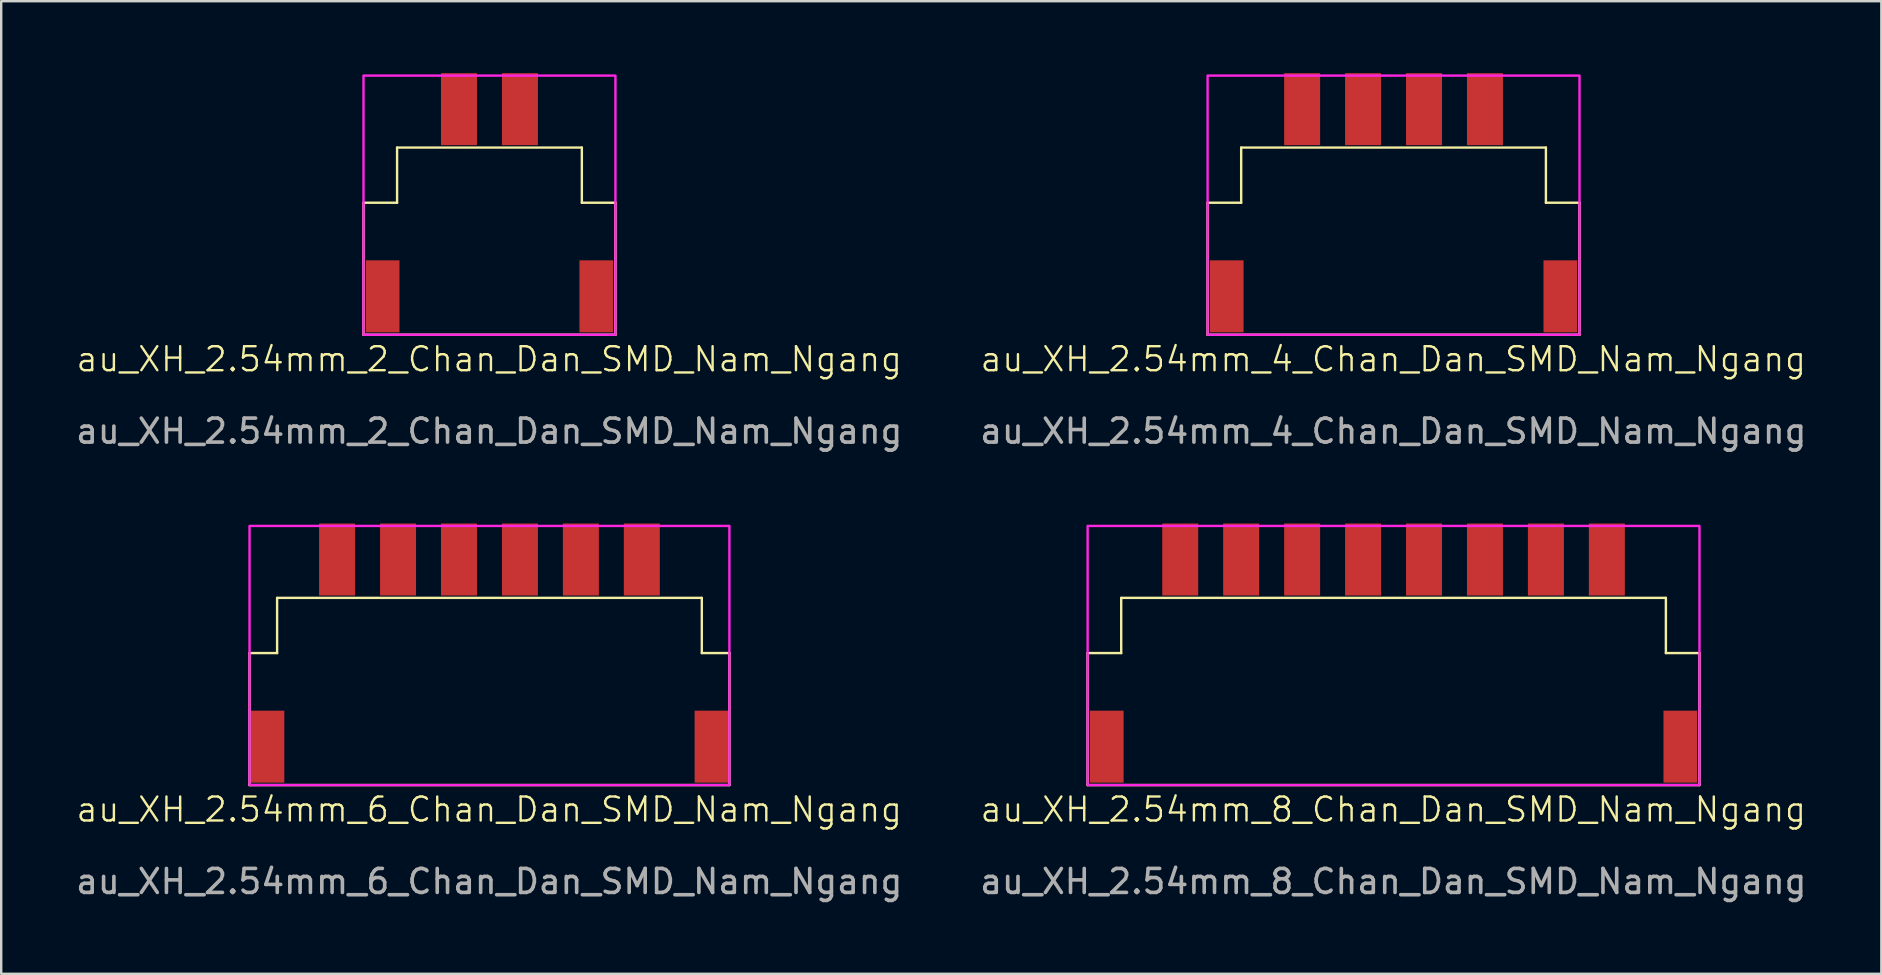
<source format=kicad_pcb>
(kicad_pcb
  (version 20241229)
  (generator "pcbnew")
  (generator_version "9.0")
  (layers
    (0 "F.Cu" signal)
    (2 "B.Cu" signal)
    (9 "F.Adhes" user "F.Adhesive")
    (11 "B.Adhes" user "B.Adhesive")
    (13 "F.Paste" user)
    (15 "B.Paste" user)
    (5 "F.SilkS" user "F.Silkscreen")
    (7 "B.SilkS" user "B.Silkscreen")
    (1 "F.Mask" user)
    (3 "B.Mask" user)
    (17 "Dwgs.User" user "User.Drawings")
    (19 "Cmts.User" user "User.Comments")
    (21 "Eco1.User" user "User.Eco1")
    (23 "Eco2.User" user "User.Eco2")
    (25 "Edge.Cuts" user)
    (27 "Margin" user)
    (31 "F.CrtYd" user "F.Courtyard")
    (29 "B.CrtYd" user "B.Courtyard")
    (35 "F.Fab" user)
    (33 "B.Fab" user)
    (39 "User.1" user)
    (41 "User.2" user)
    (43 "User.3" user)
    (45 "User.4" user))
  (footprint "au_XH_2.54mm_8_Chan_Dan_SMD_Nam_Ngang"
    (layer "F.Cu")
    (at 55.028 21.868)
    (property "Reference" "au_XH_2.54mm_8_Chan_Dan_SMD_Nam_Ngang" (at -0.01 8.82 0) (unlocked yes) (layer "F.SilkS") (effects (font (size 1 1) (thickness 0.1))))
    (attr smd)
    (fp_line (start -12.75 2.3) (end -12.75 7.8) (stroke (width 0.1) (type default)) (layer "F.SilkS"))
    (fp_line (start -12.75 2.3) (end -11.35 2.3) (stroke (width 0.1) (type default)) (layer "F.SilkS"))
    (fp_line (start -12.75 7.8) (end 12.75 7.8) (stroke (width 0.1) (type default)) (layer "F.SilkS"))
    (fp_line (start -11.35 0) (end -11.35 2.3) (stroke (width 0.1) (type default)) (layer "F.SilkS"))
    (fp_line (start -11.35 0) (end 11.35 0) (stroke (width 0.1) (type default)) (layer "F.SilkS"))
    (fp_line (start 11.35 0) (end 11.35 2.3) (stroke (width 0.1) (type default)) (layer "F.SilkS"))
    (fp_line (start 12.75 2.3) (end 11.35 2.3) (stroke (width 0.1) (type default)) (layer "F.SilkS"))
    (fp_line (start 12.75 2.3) (end 12.75 7.8) (stroke (width 0.1) (type default)) (layer "F.SilkS"))
    (fp_rect (start -12.75 -3) (end 12.75 7.8) (stroke (width 0.1) (type default)) (fill no) (layer "F.CrtYd"))
    (fp_text user "${REFERENCE}" (at -0.01 11.82 0) (unlocked yes) (layer "F.Fab") (effects (font (size 1 1) (thickness 0.15))))
    (pad "" smd rect (at -11.95 6.2) (size 1.4 3) (layers "F.Cu" "F.Mask" "F.Paste"))
    (pad "" smd rect (at 11.95 6.2) (size 1.4 3) (layers "F.Cu" "F.Mask" "F.Paste"))
    (pad "1" smd rect (at 8.89 -1.6) (size 1.5 3) (layers "F.Cu" "F.Mask" "F.Paste"))
    (pad "2" smd rect (at 6.35 -1.6) (size 1.5 3) (layers "F.Cu" "F.Mask" "F.Paste"))
    (pad "3" smd rect (at 3.81 -1.6) (size 1.5 3) (layers "F.Cu" "F.Mask" "F.Paste"))
    (pad "4" smd rect (at 1.27 -1.6) (size 1.5 3) (layers "F.Cu" "F.Mask" "F.Paste"))
    (pad "5" smd rect (at -1.27 -1.6) (size 1.5 3) (layers "F.Cu" "F.Mask" "F.Paste"))
    (pad "6" smd rect (at -3.81 -1.6) (size 1.5 3) (layers "F.Cu" "F.Mask" "F.Paste"))
    (pad "7" smd rect (at -6.35 -1.6) (size 1.5 3) (layers "F.Cu" "F.Mask" "F.Paste"))
    (pad "8" smd rect (at -8.89 -1.6) (size 1.5 3) (layers "F.Cu" "F.Mask" "F.Paste")))
  (footprint "au_XH_2.54mm_6_Chan_Dan_SMD_Nam_Ngang"
    (layer "F.Cu")
    (at 17.349 21.868)
    (property "Reference" "au_XH_2.54mm_6_Chan_Dan_SMD_Nam_Ngang" (at -0.01 8.82 0) (unlocked yes) (layer "F.SilkS") (effects (font (size 1 1) (thickness 0.1))))
    (attr smd)
    (fp_line (start -10 2.3) (end -10 7.8) (stroke (width 0.1) (type default)) (layer "F.SilkS"))
    (fp_line (start -10 7.8) (end 10 7.8) (stroke (width 0.1) (type default)) (layer "F.SilkS"))
    (fp_line (start -8.85 0) (end -8.85 2.3) (stroke (width 0.1) (type default)) (layer "F.SilkS"))
    (fp_line (start -8.85 0) (end 8.85 0) (stroke (width 0.1) (type default)) (layer "F.SilkS"))
    (fp_line (start -8.85 2.3) (end -10 2.3) (stroke (width 0.1) (type default)) (layer "F.SilkS"))
    (fp_line (start 8.85 0) (end 8.85 2.3) (stroke (width 0.1) (type default)) (layer "F.SilkS"))
    (fp_line (start 10 2.3) (end 8.85 2.3) (stroke (width 0.1) (type default)) (layer "F.SilkS"))
    (fp_line (start 10 2.3) (end 10 7.8) (stroke (width 0.1) (type default)) (layer "F.SilkS"))
    (fp_rect (start -10 -3) (end 10 7.8) (stroke (width 0.1) (type default)) (fill no) (layer "F.CrtYd"))
    (fp_text user "${REFERENCE}" (at -0.01 11.82 0) (unlocked yes) (layer "F.Fab") (effects (font (size 1 1) (thickness 0.15))))
    (pad "" smd rect (at -9.25 6.2) (size 1.4 3) (layers "F.Cu" "F.Mask" "F.Paste"))
    (pad "" smd rect (at 9.25 6.2) (size 1.4 3) (layers "F.Cu" "F.Mask" "F.Paste"))
    (pad "1" smd rect (at 6.35 -1.6) (size 1.5 3) (layers "F.Cu" "F.Mask" "F.Paste"))
    (pad "2" smd rect (at 3.81 -1.6) (size 1.5 3) (layers "F.Cu" "F.Mask" "F.Paste"))
    (pad "3" smd rect (at 1.27 -1.6) (size 1.5 3) (layers "F.Cu" "F.Mask" "F.Paste"))
    (pad "4" smd rect (at -1.27 -1.6) (size 1.5 3) (layers "F.Cu" "F.Mask" "F.Paste"))
    (pad "5" smd rect (at -3.81 -1.6) (size 1.5 3) (layers "F.Cu" "F.Mask" "F.Paste"))
    (pad "6" smd rect (at -6.35 -1.6) (size 1.5 3) (layers "F.Cu" "F.Mask" "F.Paste")))
  (footprint "au_XH_2.54mm_2_Chan_Dan_SMD_Nam_Ngang"
    (layer "F.Cu")
    (at 17.349 3.1)
    (property "Reference" "au_XH_2.54mm_2_Chan_Dan_SMD_Nam_Ngang" (at -0.01 8.82 0) (unlocked yes) (layer "F.SilkS") (effects (font (size 1 1) (thickness 0.1))))
    (attr smd)
    (fp_line (start -5.25 2.3) (end -5.25 7.8) (stroke (width 0.1) (type default)) (layer "F.SilkS"))
    (fp_line (start -5.25 2.3) (end -3.85 2.3) (stroke (width 0.1) (type default)) (layer "F.SilkS"))
    (fp_line (start -5.25 7.8) (end 5.25 7.8) (stroke (width 0.1) (type default)) (layer "F.SilkS"))
    (fp_line (start -3.85 0) (end -3.85 2.3) (stroke (width 0.1) (type default)) (layer "F.SilkS"))
    (fp_line (start -3.85 0) (end 3.85 0) (stroke (width 0.1) (type default)) (layer "F.SilkS"))
    (fp_line (start 3.85 0) (end 3.85 2.3) (stroke (width 0.1) (type default)) (layer "F.SilkS"))
    (fp_line (start 5.25 2.3) (end 3.85 2.3) (stroke (width 0.1) (type default)) (layer "F.SilkS"))
    (fp_line (start 5.25 2.3) (end 5.25 7.8) (stroke (width 0.1) (type default)) (layer "F.SilkS"))
    (fp_rect (start -5.25 -3) (end 5.25 7.8) (stroke (width 0.1) (type default)) (fill no) (layer "F.CrtYd"))
    (fp_text user "${REFERENCE}" (at -0.01 11.82 0) (unlocked yes) (layer "F.Fab") (effects (font (size 1 1) (thickness 0.15))))
    (pad "" smd rect (at -4.45 6.2) (size 1.4 3) (layers "F.Cu" "F.Mask" "F.Paste"))
    (pad "" smd rect (at 4.45 6.2) (size 1.4 3) (layers "F.Cu" "F.Mask" "F.Paste"))
    (pad "1" smd rect (at 1.27 -1.6) (size 1.5 3) (layers "F.Cu" "F.Mask" "F.Paste"))
    (pad "2" smd rect (at -1.27 -1.6) (size 1.5 3) (layers "F.Cu" "F.Mask" "F.Paste")))
  (footprint "au_XH_2.54mm_4_Chan_Dan_SMD_Nam_Ngang"
    (layer "F.Cu")
    (at 55.028 3.1)
    (property "Reference" "au_XH_2.54mm_4_Chan_Dan_SMD_Nam_Ngang" (at -0.01 8.82 0) (unlocked yes) (layer "F.SilkS") (effects (font (size 1 1) (thickness 0.1))))
    (attr smd)
    (fp_line (start -7.75 2.3) (end -7.75 7.8) (stroke (width 0.1) (type default)) (layer "F.SilkS"))
    (fp_line (start -7.75 2.3) (end -6.35 2.3) (stroke (width 0.1) (type default)) (layer "F.SilkS"))
    (fp_line (start -7.75 7.8) (end 7.75 7.8) (stroke (width 0.1) (type default)) (layer "F.SilkS"))
    (fp_line (start -6.35 0) (end -6.35 2.3) (stroke (width 0.1) (type default)) (layer "F.SilkS"))
    (fp_line (start -6.35 0) (end 6.35 0) (stroke (width 0.1) (type default)) (layer "F.SilkS"))
    (fp_line (start 6.35 0) (end 6.35 2.3) (stroke (width 0.1) (type default)) (layer "F.SilkS"))
    (fp_line (start 7.75 2.3) (end 6.35 2.3) (stroke (width 0.1) (type default)) (layer "F.SilkS"))
    (fp_line (start 7.75 2.3) (end 7.75 7.8) (stroke (width 0.1) (type default)) (layer "F.SilkS"))
    (fp_rect (start -7.75 -3) (end 7.75 7.8) (stroke (width 0.1) (type default)) (fill no) (layer "F.CrtYd"))
    (fp_text user "${REFERENCE}" (at -0.01 11.82 0) (unlocked yes) (layer "F.Fab") (effects (font (size 1 1) (thickness 0.15))))
    (pad "" smd rect (at -6.95 6.2) (size 1.4 3) (layers "F.Cu" "F.Mask" "F.Paste"))
    (pad "" smd rect (at 6.95 6.2) (size 1.4 3) (layers "F.Cu" "F.Mask" "F.Paste"))
    (pad "1" smd rect (at 3.81 -1.6) (size 1.5 3) (layers "F.Cu" "F.Mask" "F.Paste"))
    (pad "2" smd rect (at 1.27 -1.6) (size 1.5 3) (layers "F.Cu" "F.Mask" "F.Paste"))
    (pad "3" smd rect (at -1.27 -1.6) (size 1.5 3) (layers "F.Cu" "F.Mask" "F.Paste"))
    (pad "4" smd rect (at -3.81 -1.6) (size 1.5 3) (layers "F.Cu" "F.Mask" "F.Paste")))
  (gr_rect
    (start -3 -3)
    (end 75.357 37.536)
    (stroke (width 0.1) (type default))
    (fill no)
    (layer "Edge.Cuts")))
</source>
